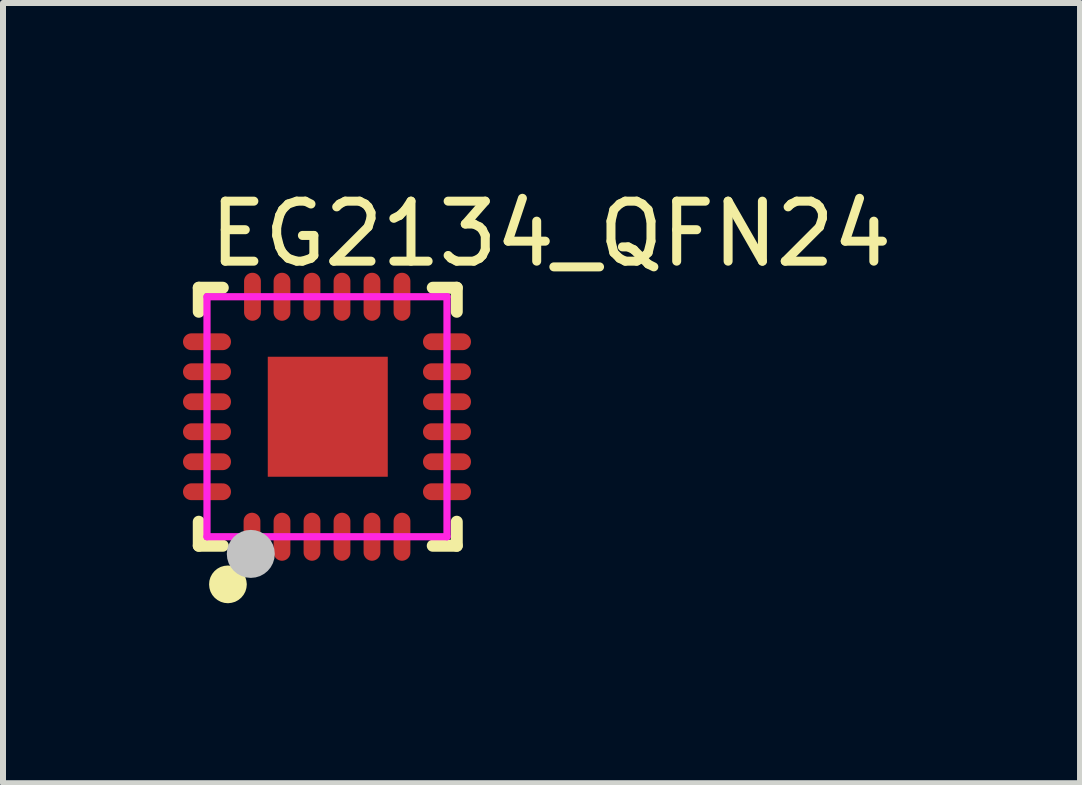
<source format=kicad_pcb>
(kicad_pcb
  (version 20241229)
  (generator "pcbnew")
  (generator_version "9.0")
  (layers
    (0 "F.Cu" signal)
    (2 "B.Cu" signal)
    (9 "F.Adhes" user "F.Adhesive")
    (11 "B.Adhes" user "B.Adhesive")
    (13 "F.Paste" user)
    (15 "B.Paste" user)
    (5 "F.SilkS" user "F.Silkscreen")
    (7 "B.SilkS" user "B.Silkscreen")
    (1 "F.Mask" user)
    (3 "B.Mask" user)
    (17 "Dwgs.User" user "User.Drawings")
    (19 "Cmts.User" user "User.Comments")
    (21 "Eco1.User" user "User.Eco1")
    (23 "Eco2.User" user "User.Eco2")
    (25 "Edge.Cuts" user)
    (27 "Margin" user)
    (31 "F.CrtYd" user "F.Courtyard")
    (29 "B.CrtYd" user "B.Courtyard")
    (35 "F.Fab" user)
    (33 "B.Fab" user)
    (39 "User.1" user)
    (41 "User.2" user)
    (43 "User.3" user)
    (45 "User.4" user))
  (footprint "EG2134_QFN24"
    (layer "F.Cu")
    (at 2.4 3.896)
    (property "Reference" "EG2134_QFN24" (at -2.032 -3.048 0) (layer "F.SilkS") (effects (font (size 1 1) (thickness 0.15)) (justify left)))
    (attr through_hole)
    (fp_line (start -2.137 -2.15) (end -1.737 -2.15) (stroke (width 0.2) (type solid)) (layer "F.SilkS"))
    (fp_line (start -2.137 -1.75) (end -2.137 -2.15) (stroke (width 0.2) (type solid)) (layer "F.SilkS"))
    (fp_line (start -2.137 2.15) (end -2.137 1.75) (stroke (width 0.2) (type solid)) (layer "F.SilkS"))
    (fp_line (start -1.737 2.15) (end -2.137 2.15) (stroke (width 0.2) (type solid)) (layer "F.SilkS"))
    (fp_line (start 2.163 -2.15) (end 1.763 -2.15) (stroke (width 0.2) (type solid)) (layer "F.SilkS"))
    (fp_line (start 2.163 -1.75) (end 2.163 -2.15) (stroke (width 0.2) (type solid)) (layer "F.SilkS"))
    (fp_line (start 2.163 1.75) (end 2.163 2.15) (stroke (width 0.2) (type solid)) (layer "F.SilkS"))
    (fp_line (start 2.163 2.15) (end 1.763 2.15) (stroke (width 0.2) (type solid)) (layer "F.SilkS"))
    (fp_poly (pts (xy -1.397 2.792) (xy -1.403 2.743) (xy -1.417 2.695) (xy -1.441 2.651) (xy -1.473 2.613) (xy -1.511 2.582) (xy -1.555 2.558) (xy -1.603 2.544) (xy -1.653 2.54) (xy -1.702 2.545) (xy -1.75 2.559) (xy -1.794 2.583) (xy -1.832 2.615) (xy -1.863 2.653) (xy -1.887 2.698) (xy -1.901 2.745) (xy -1.905 2.795) (xy -1.9 2.844) (xy -1.886 2.892) (xy -1.862 2.936) (xy -1.83 2.974) (xy -1.791 3.005) (xy -1.747 3.029) (xy -1.7 3.043) (xy -1.65 3.048) (xy -1.601 3.042) (xy -1.553 3.028) (xy -1.509 3.004) (xy -1.471 2.972) (xy -1.44 2.934) (xy -1.416 2.89) (xy -1.402 2.842) (xy -1.397 2.795)) (stroke (width 0.12) (type solid)) (fill yes) (layer "F.SilkS"))
    (fp_circle (center -1.27 2.286) (end -1.07 2.286) (stroke (width 0.4) (type solid)) (fill no) (layer "Dwgs.User"))
    (fp_circle (center -2 2) (end -1.95 2) (stroke (width 0.1) (type solid)) (fill no) (layer "Eco2.User"))
    (fp_poly (pts (xy -1.587 -1.362) (xy -1.587 -1.112) (xy -1.987 -1.112) (xy -1.987 -1.362)) (stroke (width 0.12) (type solid)) (fill no) (layer "Eco2.User"))
    (fp_poly (pts (xy -1.587 -0.862) (xy -1.587 -0.612) (xy -1.987 -0.612) (xy -1.987 -0.862)) (stroke (width 0.12) (type solid)) (fill no) (layer "Eco2.User"))
    (fp_poly (pts (xy -1.587 -0.362) (xy -1.587 -0.112) (xy -1.987 -0.112) (xy -1.987 -0.362)) (stroke (width 0.12) (type solid)) (fill no) (layer "Eco2.User"))
    (fp_poly (pts (xy -1.587 0.138) (xy -1.587 0.388) (xy -1.987 0.388) (xy -1.987 0.138)) (stroke (width 0.12) (type solid)) (fill no) (layer "Eco2.User"))
    (fp_poly (pts (xy -1.587 0.638) (xy -1.587 0.888) (xy -1.987 0.888) (xy -1.987 0.638)) (stroke (width 0.12) (type solid)) (fill no) (layer "Eco2.User"))
    (fp_poly (pts (xy -1.587 1.138) (xy -1.587 1.388) (xy -1.987 1.388) (xy -1.987 1.138)) (stroke (width 0.12) (type solid)) (fill no) (layer "Eco2.User"))
    (fp_poly (pts (xy -1.35 1.6) (xy -1.1 1.6) (xy -1.1 2) (xy -1.35 2)) (stroke (width 0.12) (type solid)) (fill no) (layer "Eco2.User"))
    (fp_poly (pts (xy -1.125 -1.6) (xy -1.375 -1.6) (xy -1.375 -2) (xy -1.125 -2)) (stroke (width 0.12) (type solid)) (fill no) (layer "Eco2.User"))
    (fp_poly (pts (xy -0.987 -1) (xy 1.013 -1) (xy 1.013 1) (xy -0.987 1)) (stroke (width 0.12) (type solid)) (fill no) (layer "Eco2.User"))
    (fp_poly (pts (xy -0.85 1.6) (xy -0.6 1.6) (xy -0.6 2) (xy -0.85 2)) (stroke (width 0.12) (type solid)) (fill no) (layer "Eco2.User"))
    (fp_poly (pts (xy -0.625 -1.6) (xy -0.875 -1.6) (xy -0.875 -2) (xy -0.625 -2)) (stroke (width 0.12) (type solid)) (fill no) (layer "Eco2.User"))
    (fp_poly (pts (xy -0.35 1.6) (xy -0.1 1.6) (xy -0.1 2) (xy -0.35 2)) (stroke (width 0.12) (type solid)) (fill no) (layer "Eco2.User"))
    (fp_poly (pts (xy -0.125 -1.6) (xy -0.375 -1.6) (xy -0.375 -2) (xy -0.125 -2)) (stroke (width 0.12) (type solid)) (fill no) (layer "Eco2.User"))
    (fp_poly (pts (xy 0.15 1.6) (xy 0.4 1.6) (xy 0.4 2) (xy 0.15 2)) (stroke (width 0.12) (type solid)) (fill no) (layer "Eco2.User"))
    (fp_poly (pts (xy 0.375 -1.6) (xy 0.125 -1.6) (xy 0.125 -2) (xy 0.375 -2)) (stroke (width 0.12) (type solid)) (fill no) (layer "Eco2.User"))
    (fp_poly (pts (xy 0.65 1.6) (xy 0.9 1.6) (xy 0.9 2) (xy 0.65 2)) (stroke (width 0.12) (type solid)) (fill no) (layer "Eco2.User"))
    (fp_poly (pts (xy 0.875 -1.6) (xy 0.625 -1.6) (xy 0.625 -2) (xy 0.875 -2)) (stroke (width 0.12) (type solid)) (fill no) (layer "Eco2.User"))
    (fp_poly (pts (xy 1.15 1.6) (xy 1.4 1.6) (xy 1.4 2) (xy 1.15 2)) (stroke (width 0.12) (type solid)) (fill no) (layer "Eco2.User"))
    (fp_poly (pts (xy 1.375 -1.6) (xy 1.125 -1.6) (xy 1.125 -2) (xy 1.375 -2)) (stroke (width 0.12) (type solid)) (fill no) (layer "Eco2.User"))
    (fp_poly (pts (xy 1.613 -1.138) (xy 1.613 -1.388) (xy 2.013 -1.388) (xy 2.013 -1.138)) (stroke (width 0.12) (type solid)) (fill no) (layer "Eco2.User"))
    (fp_poly (pts (xy 1.613 -0.638) (xy 1.613 -0.888) (xy 2.013 -0.888) (xy 2.013 -0.638)) (stroke (width 0.12) (type solid)) (fill no) (layer "Eco2.User"))
    (fp_poly (pts (xy 1.613 -0.138) (xy 1.613 -0.388) (xy 2.013 -0.388) (xy 2.013 -0.138)) (stroke (width 0.12) (type solid)) (fill no) (layer "Eco2.User"))
    (fp_poly (pts (xy 1.613 0.362) (xy 1.613 0.112) (xy 2.013 0.112) (xy 2.013 0.362)) (stroke (width 0.12) (type solid)) (fill no) (layer "Eco2.User"))
    (fp_poly (pts (xy 1.613 0.862) (xy 1.613 0.612) (xy 2.013 0.612) (xy 2.013 0.862)) (stroke (width 0.12) (type solid)) (fill no) (layer "Eco2.User"))
    (fp_poly (pts (xy 1.613 1.362) (xy 1.613 1.112) (xy 2.013 1.112) (xy 2.013 1.362)) (stroke (width 0.12) (type solid)) (fill no) (layer "Eco2.User"))
    (fp_line (start -2 -2) (end 2 -2) (stroke (width 0.12) (type solid)) (layer "F.CrtYd"))
    (fp_line (start -2 2) (end -2 -2) (stroke (width 0.12) (type solid)) (layer "F.CrtYd"))
    (fp_line (start 2 -2) (end 2 2) (stroke (width 0.12) (type solid)) (layer "F.CrtYd"))
    (fp_line (start 2 2) (end -2 2) (stroke (width 0.12) (type solid)) (layer "F.CrtYd"))
    (pad "1" smd oval (at -1.25 2) (size 0.28 0.8) (layers "F.Cu" "F.Mask" "F.Paste"))
    (pad "2" smd oval (at -0.75 2) (size 0.28 0.8) (layers "F.Cu" "F.Mask" "F.Paste"))
    (pad "3" smd oval (at -0.25 2) (size 0.28 0.8) (layers "F.Cu" "F.Mask" "F.Paste"))
    (pad "4" smd oval (at 0.25 2) (size 0.28 0.8) (layers "F.Cu" "F.Mask" "F.Paste"))
    (pad "5" smd oval (at 0.75 2) (size 0.28 0.8) (layers "F.Cu" "F.Mask" "F.Paste"))
    (pad "6" smd oval (at 1.25 2) (size 0.28 0.8) (layers "F.Cu" "F.Mask" "F.Paste"))
    (pad "7" smd oval (at 2 1.25) (size 0.8 0.28) (layers "F.Cu" "F.Mask" "F.Paste"))
    (pad "8" smd oval (at 2 0.75) (size 0.8 0.28) (layers "F.Cu" "F.Mask" "F.Paste"))
    (pad "9" smd oval (at 2 0.25) (size 0.8 0.28) (layers "F.Cu" "F.Mask" "F.Paste"))
    (pad "10" smd oval (at 2 -0.25) (size 0.8 0.28) (layers "F.Cu" "F.Mask" "F.Paste"))
    (pad "11" smd oval (at 2 -0.75) (size 0.8 0.28) (layers "F.Cu" "F.Mask" "F.Paste"))
    (pad "12" smd oval (at 2 -1.25) (size 0.8 0.28) (layers "F.Cu" "F.Mask" "F.Paste"))
    (pad "13" smd oval (at 1.25 -2) (size 0.28 0.8) (layers "F.Cu" "F.Mask" "F.Paste"))
    (pad "14" smd oval (at 0.75 -2) (size 0.28 0.8) (layers "F.Cu" "F.Mask" "F.Paste"))
    (pad "15" smd oval (at 0.25 -2) (size 0.28 0.8) (layers "F.Cu" "F.Mask" "F.Paste"))
    (pad "16" smd oval (at -0.25 -2) (size 0.28 0.8) (layers "F.Cu" "F.Mask" "F.Paste"))
    (pad "17" smd oval (at -0.75 -2) (size 0.28 0.8) (layers "F.Cu" "F.Mask" "F.Paste"))
    (pad "18" smd oval (at -1.242 -2) (size 0.28 0.8) (layers "F.Cu" "F.Mask" "F.Paste"))
    (pad "19" smd oval (at -2 -1.25) (size 0.8 0.28) (layers "F.Cu" "F.Mask" "F.Paste"))
    (pad "20" smd oval (at -2 -0.75) (size 0.8 0.28) (layers "F.Cu" "F.Mask" "F.Paste"))
    (pad "21" smd oval (at -2 -0.25) (size 0.8 0.28) (layers "F.Cu" "F.Mask" "F.Paste"))
    (pad "22" smd oval (at -2 0.25) (size 0.8 0.28) (layers "F.Cu" "F.Mask" "F.Paste"))
    (pad "23" smd oval (at -2 0.75) (size 0.8 0.28) (layers "F.Cu" "F.Mask" "F.Paste"))
    (pad "24" smd oval (at -2 1.25) (size 0.8 0.28) (layers "F.Cu" "F.Mask" "F.Paste"))
    (pad "25" smd rect (at 0.013 0) (size 2 2) (layers "F.Cu" "F.Mask" "F.Paste")))
  (gr_rect
    (start -3 -3)
    (end 14.951 10.004)
    (stroke (width 0.1) (type default))
    (fill no)
    (layer "Edge.Cuts")))
</source>
